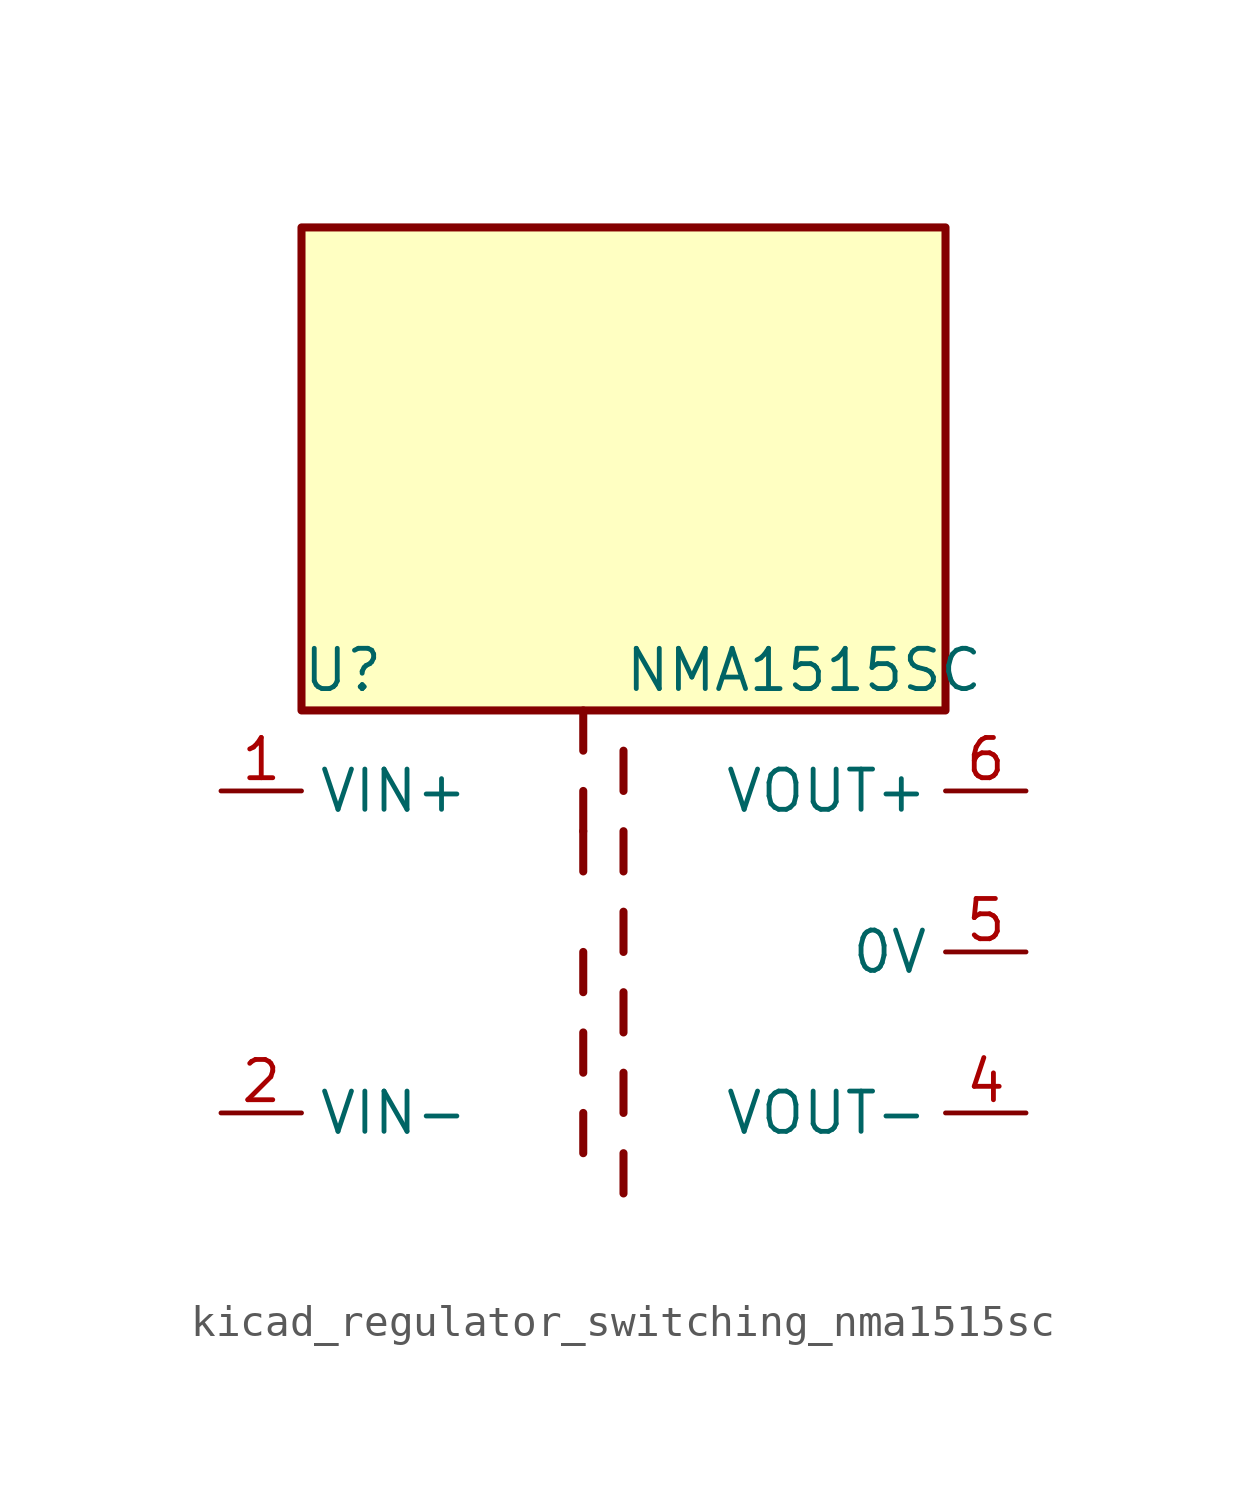
<source format=kicad_sym>
(kicad_symbol_lib
  (version 20220914)
  (generator kicad_symbol_editor)
  (symbol "kicad_regulator_switching_nma1515sc"
    (property "Reference" "U"
      (at -10.16 8.89 0)
      (effects (font (size 1.27 1.27)) (justify left)))
    (property "Value" "NMA1515SC"
      (at 0 8.89 0)
      (effects (font (size 1.27 1.27)) (justify left)))
    (symbol "kicad_regulator_switching_nma1515sc_0_1"
      (polyline (pts (xy -1.27 -5.08) (xy -1.27 -6.35)) (stroke (width 0.254) (type default)) (fill (type none)))
      (polyline (pts (xy -1.27 -2.54) (xy -1.27 -3.81)) (stroke (width 0.254) (type default)) (fill (type none)))
      (polyline (pts (xy -1.27 0) (xy -1.27 -1.27)) (stroke (width 0.254) (type default)) (fill (type none)))
      (polyline (pts (xy -1.27 2.54) (xy -1.27 3.81)) (stroke (width 0.254) (type default)) (fill (type none)))
      (polyline (pts (xy -1.27 5.08) (xy -1.27 3.81)) (stroke (width 0.254) (type default)) (fill (type none)))
      (polyline (pts (xy -1.27 7.62) (xy -1.27 6.35)) (stroke (width 0.254) (type default)) (fill (type none)))
      (polyline (pts (xy 0 -7.62) (xy 0 -6.35)) (stroke (width 0.254) (type default)) (fill (type none)))
      (polyline (pts (xy 0 -5.08) (xy 0 -3.81)) (stroke (width 0.254) (type default)) (fill (type none)))
      (polyline (pts (xy 0 -1.27) (xy 0 -2.54)) (stroke (width 0.254) (type default)) (fill (type none)))
      (polyline (pts (xy 0 0) (xy 0 1.27)) (stroke (width 0.254) (type default)) (fill (type none)))
      (polyline (pts (xy 0 2.54) (xy 0 3.81)) (stroke (width 0.254) (type default)) (fill (type none)))
      (polyline (pts (xy 0 5.08) (xy 0 6.35)) (stroke (width 0.254) (type default)) (fill (type none)))
      (rectangle (start 10.16 22.86) (end -10.16 7.62) (stroke (width 0.254) (type default)) (fill (type background))))
    (symbol "kicad_regulator_switching_nma1515sc_1_1"
      (pin power_in line (at -12.7 5.08 0) (length 2.54) (name "VIN+" (effects (font (size 1.27 1.27)))) (number "1" (effects (font (size 1.27 1.27)))))
      (pin power_in line (at -12.7 -5.08 0) (length 2.54) (name "VIN-" (effects (font (size 1.27 1.27)))) (number "2" (effects (font (size 1.27 1.27)))))
      (pin power_out line (at 12.7 -5.08 180) (length 2.54) (name "VOUT-" (effects (font (size 1.27 1.27)))) (number "4" (effects (font (size 1.27 1.27)))))
      (pin power_out line (at 12.7 0 180) (length 2.54) (name "0V" (effects (font (size 1.27 1.27)))) (number "5" (effects (font (size 1.27 1.27)))))
      (pin power_out line (at 12.7 5.08 180) (length 2.54) (name "VOUT+" (effects (font (size 1.27 1.27)))) (number "6" (effects (font (size 1.27 1.27))))))))
</source>
